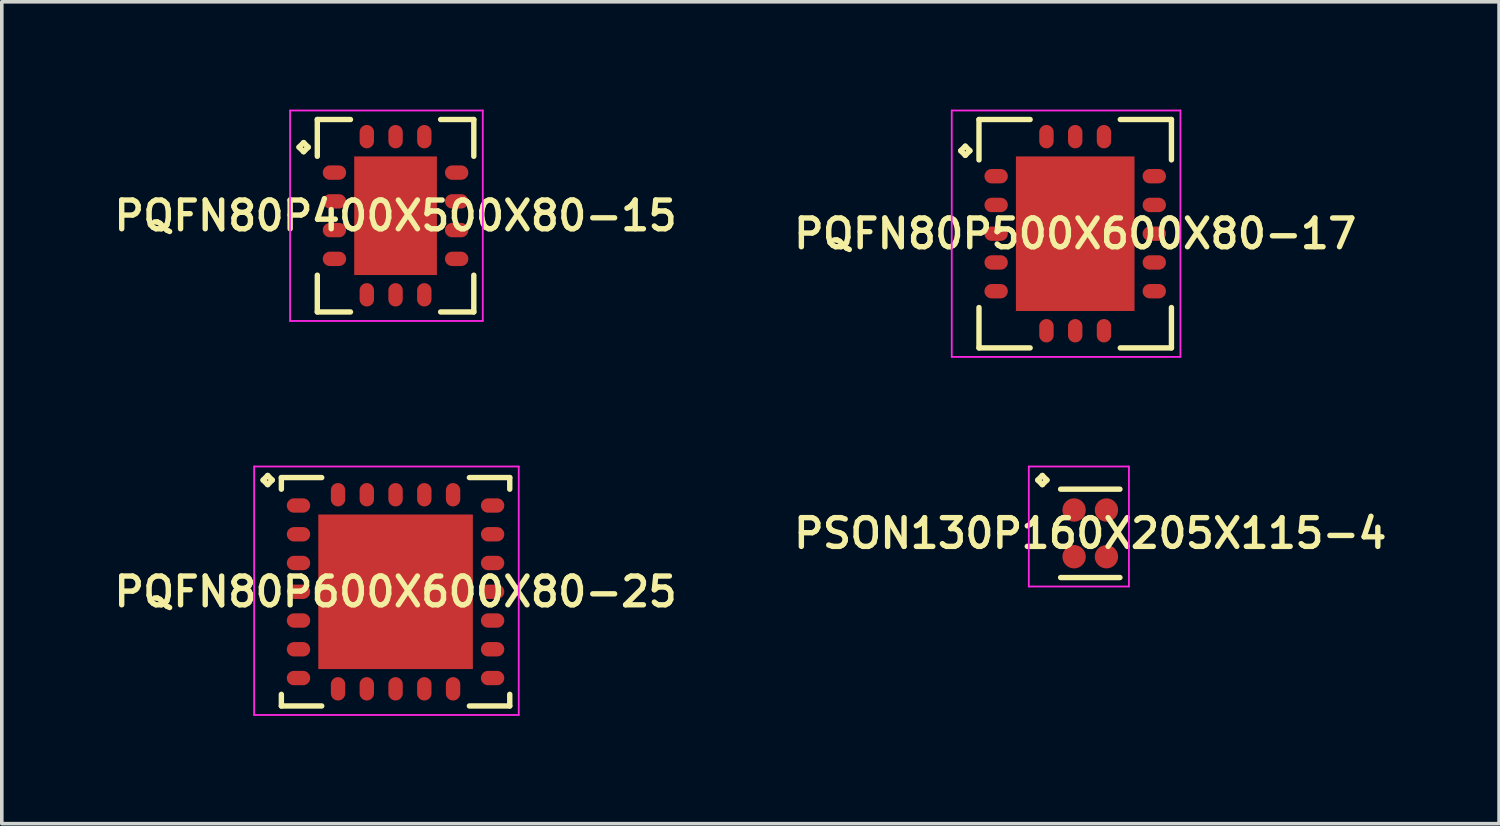
<source format=kicad_pcb>
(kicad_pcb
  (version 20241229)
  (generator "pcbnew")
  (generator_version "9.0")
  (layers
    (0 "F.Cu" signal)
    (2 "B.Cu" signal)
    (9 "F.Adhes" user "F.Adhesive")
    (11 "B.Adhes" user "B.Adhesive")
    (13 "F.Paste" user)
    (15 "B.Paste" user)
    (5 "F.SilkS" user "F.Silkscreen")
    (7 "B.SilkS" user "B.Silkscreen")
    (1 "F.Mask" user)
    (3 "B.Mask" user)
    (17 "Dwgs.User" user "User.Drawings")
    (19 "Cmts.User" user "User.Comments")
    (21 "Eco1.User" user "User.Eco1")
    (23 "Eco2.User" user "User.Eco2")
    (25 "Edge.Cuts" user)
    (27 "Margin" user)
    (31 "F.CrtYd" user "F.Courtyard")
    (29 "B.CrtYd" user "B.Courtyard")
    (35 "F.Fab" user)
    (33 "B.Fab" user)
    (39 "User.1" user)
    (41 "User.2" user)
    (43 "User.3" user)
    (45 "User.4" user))
  (footprint "PQFN80P500X600X80-17"
    (layer "F.Cu")
    (at 26.864 3.452)
    (property "Reference" "PQFN80P500X600X80-17" (at 0 0 0) (layer "F.SilkS") (effects (font (size 0.8 0.8) (thickness 0.15))))
    (attr smd)
    (fp_line (start -3.185 -2.308) (end -3.058 -2.435) (stroke (width 0.15) (type solid)) (layer "F.SilkS"))
    (fp_line (start -3.058 -2.435) (end -2.931 -2.308) (stroke (width 0.15) (type solid)) (layer "F.SilkS"))
    (fp_line (start -3.058 -2.181) (end -3.185 -2.308) (stroke (width 0.15) (type solid)) (layer "F.SilkS"))
    (fp_line (start -2.931 -2.308) (end -3.058 -2.181) (stroke (width 0.15) (type solid)) (layer "F.SilkS"))
    (fp_line (start -2.677 -3.177) (end -1.254 -3.177) (stroke (width 0.15) (type solid)) (layer "F.SilkS"))
    (fp_line (start -2.677 -2.054) (end -2.677 -3.177) (stroke (width 0.15) (type solid)) (layer "F.SilkS"))
    (fp_line (start -2.677 2.054) (end -2.677 3.177) (stroke (width 0.15) (type solid)) (layer "F.SilkS"))
    (fp_line (start -2.677 3.177) (end -1.254 3.177) (stroke (width 0.15) (type solid)) (layer "F.SilkS"))
    (fp_line (start 1.254 -3.177) (end 2.677 -3.177) (stroke (width 0.15) (type solid)) (layer "F.SilkS"))
    (fp_line (start 1.254 3.177) (end 2.677 3.177) (stroke (width 0.15) (type solid)) (layer "F.SilkS"))
    (fp_line (start 2.677 -3.177) (end 2.677 -2.054) (stroke (width 0.15) (type solid)) (layer "F.SilkS"))
    (fp_line (start 2.677 3.177) (end 2.677 2.054) (stroke (width 0.15) (type solid)) (layer "F.SilkS"))
    (fp_line (start -3.435 -3.427) (end 2.927 -3.427) (stroke (width 0.05) (type solid)) (layer "F.CrtYd"))
    (fp_line (start -3.435 3.427) (end -3.435 -3.427) (stroke (width 0.05) (type solid)) (layer "F.CrtYd"))
    (fp_line (start 2.927 -3.427) (end 2.927 3.427) (stroke (width 0.05) (type solid)) (layer "F.CrtYd"))
    (fp_line (start 2.927 3.427) (end -3.435 3.427) (stroke (width 0.05) (type solid)) (layer "F.CrtYd"))
    (pad "1" smd oval (at -2.2 -1.6) (size 0.65 0.4) (layers "F.Cu" "F.Mask" "F.Paste"))
    (pad "2" smd oval (at -2.2 -0.8) (size 0.65 0.4) (layers "F.Cu" "F.Mask" "F.Paste"))
    (pad "3" smd oval (at -2.2 0) (size 0.65 0.4) (layers "F.Cu" "F.Mask" "F.Paste"))
    (pad "4" smd oval (at -2.2 0.8) (size 0.65 0.4) (layers "F.Cu" "F.Mask" "F.Paste"))
    (pad "5" smd oval (at -2.2 1.6) (size 0.65 0.4) (layers "F.Cu" "F.Mask" "F.Paste"))
    (pad "6" smd oval (at -0.8 2.7) (size 0.4 0.65) (layers "F.Cu" "F.Mask" "F.Paste"))
    (pad "7" smd oval (at 0 2.7) (size 0.4 0.65) (layers "F.Cu" "F.Mask" "F.Paste"))
    (pad "8" smd oval (at 0.8 2.7) (size 0.4 0.65) (layers "F.Cu" "F.Mask" "F.Paste"))
    (pad "9" smd oval (at 2.2 1.6) (size 0.65 0.4) (layers "F.Cu" "F.Mask" "F.Paste"))
    (pad "10" smd oval (at 2.2 0.8) (size 0.65 0.4) (layers "F.Cu" "F.Mask" "F.Paste"))
    (pad "11" smd oval (at 2.2 0) (size 0.65 0.4) (layers "F.Cu" "F.Mask" "F.Paste"))
    (pad "12" smd oval (at 2.2 -0.8) (size 0.65 0.4) (layers "F.Cu" "F.Mask" "F.Paste"))
    (pad "13" smd oval (at 2.2 -1.6) (size 0.65 0.4) (layers "F.Cu" "F.Mask" "F.Paste"))
    (pad "14" smd oval (at 0.8 -2.7) (size 0.4 0.65) (layers "F.Cu" "F.Mask" "F.Paste"))
    (pad "15" smd oval (at 0 -2.7) (size 0.4 0.65) (layers "F.Cu" "F.Mask" "F.Paste"))
    (pad "16" smd oval (at -0.8 -2.7) (size 0.4 0.65) (layers "F.Cu" "F.Mask" "F.Paste"))
    (pad "17" smd rect (at 0 0) (size 3.3 4.3) (layers "F.Cu" "F.Mask" "F.Paste")))
  (footprint "PQFN80P400X500X80-15"
    (layer "F.Cu")
    (at 7.955 2.952)
    (property "Reference" "PQFN80P400X500X80-15" (at 0 0 0) (layer "F.SilkS") (effects (font (size 0.8 0.8) (thickness 0.15))))
    (attr smd)
    (fp_line (start -2.685 -1.908) (end -2.558 -2.035) (stroke (width 0.15) (type solid)) (layer "F.SilkS"))
    (fp_line (start -2.558 -2.035) (end -2.431 -1.908) (stroke (width 0.15) (type solid)) (layer "F.SilkS"))
    (fp_line (start -2.558 -1.781) (end -2.685 -1.908) (stroke (width 0.15) (type solid)) (layer "F.SilkS"))
    (fp_line (start -2.431 -1.908) (end -2.558 -1.781) (stroke (width 0.15) (type solid)) (layer "F.SilkS"))
    (fp_line (start -2.177 -2.677) (end -1.254 -2.677) (stroke (width 0.15) (type solid)) (layer "F.SilkS"))
    (fp_line (start -2.177 -1.654) (end -2.177 -2.677) (stroke (width 0.15) (type solid)) (layer "F.SilkS"))
    (fp_line (start -2.177 1.654) (end -2.177 2.677) (stroke (width 0.15) (type solid)) (layer "F.SilkS"))
    (fp_line (start -2.177 2.677) (end -1.254 2.677) (stroke (width 0.15) (type solid)) (layer "F.SilkS"))
    (fp_line (start 1.254 -2.677) (end 2.177 -2.677) (stroke (width 0.15) (type solid)) (layer "F.SilkS"))
    (fp_line (start 1.254 2.677) (end 2.177 2.677) (stroke (width 0.15) (type solid)) (layer "F.SilkS"))
    (fp_line (start 2.177 -2.677) (end 2.177 -1.654) (stroke (width 0.15) (type solid)) (layer "F.SilkS"))
    (fp_line (start 2.177 2.677) (end 2.177 1.654) (stroke (width 0.15) (type solid)) (layer "F.SilkS"))
    (fp_line (start -2.935 -2.927) (end 2.427 -2.927) (stroke (width 0.05) (type solid)) (layer "F.CrtYd"))
    (fp_line (start -2.935 2.927) (end -2.935 -2.927) (stroke (width 0.05) (type solid)) (layer "F.CrtYd"))
    (fp_line (start 2.427 -2.927) (end 2.427 2.927) (stroke (width 0.05) (type solid)) (layer "F.CrtYd"))
    (fp_line (start 2.427 2.927) (end -2.935 2.927) (stroke (width 0.05) (type solid)) (layer "F.CrtYd"))
    (pad "1" smd oval (at -1.7 -1.2) (size 0.65 0.4) (layers "F.Cu" "F.Mask" "F.Paste"))
    (pad "2" smd oval (at -1.7 -0.4) (size 0.65 0.4) (layers "F.Cu" "F.Mask" "F.Paste"))
    (pad "3" smd oval (at -1.7 0.4) (size 0.65 0.4) (layers "F.Cu" "F.Mask" "F.Paste"))
    (pad "4" smd oval (at -1.7 1.2) (size 0.65 0.4) (layers "F.Cu" "F.Mask" "F.Paste"))
    (pad "5" smd oval (at -0.8 2.2) (size 0.4 0.65) (layers "F.Cu" "F.Mask" "F.Paste"))
    (pad "6" smd oval (at 0 2.2) (size 0.4 0.65) (layers "F.Cu" "F.Mask" "F.Paste"))
    (pad "7" smd oval (at 0.8 2.2) (size 0.4 0.65) (layers "F.Cu" "F.Mask" "F.Paste"))
    (pad "8" smd oval (at 1.7 1.2) (size 0.65 0.4) (layers "F.Cu" "F.Mask" "F.Paste"))
    (pad "9" smd oval (at 1.7 0.4) (size 0.65 0.4) (layers "F.Cu" "F.Mask" "F.Paste"))
    (pad "10" smd oval (at 1.7 -0.4) (size 0.65 0.4) (layers "F.Cu" "F.Mask" "F.Paste"))
    (pad "11" smd oval (at 1.7 -1.2) (size 0.65 0.4) (layers "F.Cu" "F.Mask" "F.Paste"))
    (pad "12" smd oval (at 0.8 -2.2) (size 0.4 0.65) (layers "F.Cu" "F.Mask" "F.Paste"))
    (pad "13" smd oval (at 0 -2.2) (size 0.4 0.65) (layers "F.Cu" "F.Mask" "F.Paste"))
    (pad "14" smd oval (at -0.8 -2.2) (size 0.4 0.65) (layers "F.Cu" "F.Mask" "F.Paste"))
    (pad "15" smd rect (at 0 0) (size 2.3 3.3) (layers "F.Cu" "F.Mask" "F.Paste")))
  (footprint "PQFN80P600X600X80-25"
    (layer "F.Cu")
    (at 7.955 13.414)
    (property "Reference" "PQFN80P600X600X80-25" (at 0 0 0) (layer "F.SilkS") (effects (font (size 0.8 0.8) (thickness 0.15))))
    (attr smd)
    (fp_line (start -3.685 -3.108) (end -3.558 -3.235) (stroke (width 0.15) (type solid)) (layer "F.SilkS"))
    (fp_line (start -3.558 -3.235) (end -3.431 -3.108) (stroke (width 0.15) (type solid)) (layer "F.SilkS"))
    (fp_line (start -3.558 -2.981) (end -3.685 -3.108) (stroke (width 0.15) (type solid)) (layer "F.SilkS"))
    (fp_line (start -3.431 -3.108) (end -3.558 -2.981) (stroke (width 0.15) (type solid)) (layer "F.SilkS"))
    (fp_line (start -3.177 -3.177) (end -2.054 -3.177) (stroke (width 0.15) (type solid)) (layer "F.SilkS"))
    (fp_line (start -3.177 -2.854) (end -3.177 -3.177) (stroke (width 0.15) (type solid)) (layer "F.SilkS"))
    (fp_line (start -3.177 2.854) (end -3.177 3.177) (stroke (width 0.15) (type solid)) (layer "F.SilkS"))
    (fp_line (start -3.177 3.177) (end -2.054 3.177) (stroke (width 0.15) (type solid)) (layer "F.SilkS"))
    (fp_line (start 2.054 -3.177) (end 3.177 -3.177) (stroke (width 0.15) (type solid)) (layer "F.SilkS"))
    (fp_line (start 2.054 3.177) (end 3.177 3.177) (stroke (width 0.15) (type solid)) (layer "F.SilkS"))
    (fp_line (start 3.177 -3.177) (end 3.177 -2.854) (stroke (width 0.15) (type solid)) (layer "F.SilkS"))
    (fp_line (start 3.177 3.177) (end 3.177 2.854) (stroke (width 0.15) (type solid)) (layer "F.SilkS"))
    (fp_line (start -3.935 -3.485) (end 3.427 -3.485) (stroke (width 0.05) (type solid)) (layer "F.CrtYd"))
    (fp_line (start -3.935 3.427) (end -3.935 -3.485) (stroke (width 0.05) (type solid)) (layer "F.CrtYd"))
    (fp_line (start 3.427 -3.485) (end 3.427 3.427) (stroke (width 0.05) (type solid)) (layer "F.CrtYd"))
    (fp_line (start 3.427 3.427) (end -3.935 3.427) (stroke (width 0.05) (type solid)) (layer "F.CrtYd"))
    (pad "1" smd oval (at -2.7 -2.4) (size 0.65 0.4) (layers "F.Cu" "F.Mask" "F.Paste"))
    (pad "2" smd oval (at -2.7 -1.6) (size 0.65 0.4) (layers "F.Cu" "F.Mask" "F.Paste"))
    (pad "3" smd oval (at -2.7 -0.8) (size 0.65 0.4) (layers "F.Cu" "F.Mask" "F.Paste"))
    (pad "4" smd oval (at -2.7 0) (size 0.65 0.4) (layers "F.Cu" "F.Mask" "F.Paste"))
    (pad "5" smd oval (at -2.7 0.8) (size 0.65 0.4) (layers "F.Cu" "F.Mask" "F.Paste"))
    (pad "6" smd oval (at -2.7 1.6) (size 0.65 0.4) (layers "F.Cu" "F.Mask" "F.Paste"))
    (pad "7" smd oval (at -2.7 2.4) (size 0.65 0.4) (layers "F.Cu" "F.Mask" "F.Paste"))
    (pad "8" smd oval (at -1.6 2.7) (size 0.4 0.65) (layers "F.Cu" "F.Mask" "F.Paste"))
    (pad "9" smd oval (at -0.8 2.7) (size 0.4 0.65) (layers "F.Cu" "F.Mask" "F.Paste"))
    (pad "10" smd oval (at 0 2.7) (size 0.4 0.65) (layers "F.Cu" "F.Mask" "F.Paste"))
    (pad "11" smd oval (at 0.8 2.7) (size 0.4 0.65) (layers "F.Cu" "F.Mask" "F.Paste"))
    (pad "12" smd oval (at 1.6 2.7) (size 0.4 0.65) (layers "F.Cu" "F.Mask" "F.Paste"))
    (pad "13" smd oval (at 2.7 2.4) (size 0.65 0.4) (layers "F.Cu" "F.Mask" "F.Paste"))
    (pad "14" smd oval (at 2.7 1.6) (size 0.65 0.4) (layers "F.Cu" "F.Mask" "F.Paste"))
    (pad "15" smd oval (at 2.7 0.8) (size 0.65 0.4) (layers "F.Cu" "F.Mask" "F.Paste"))
    (pad "16" smd oval (at 2.7 0) (size 0.65 0.4) (layers "F.Cu" "F.Mask" "F.Paste"))
    (pad "17" smd oval (at 2.7 -0.8) (size 0.65 0.4) (layers "F.Cu" "F.Mask" "F.Paste"))
    (pad "18" smd oval (at 2.7 -1.6) (size 0.65 0.4) (layers "F.Cu" "F.Mask" "F.Paste"))
    (pad "19" smd oval (at 2.7 -2.4) (size 0.65 0.4) (layers "F.Cu" "F.Mask" "F.Paste"))
    (pad "20" smd oval (at 1.6 -2.7) (size 0.4 0.65) (layers "F.Cu" "F.Mask" "F.Paste"))
    (pad "21" smd oval (at 0.8 -2.7) (size 0.4 0.65) (layers "F.Cu" "F.Mask" "F.Paste"))
    (pad "22" smd oval (at 0 -2.7) (size 0.4 0.65) (layers "F.Cu" "F.Mask" "F.Paste"))
    (pad "23" smd oval (at -0.8 -2.7) (size 0.4 0.65) (layers "F.Cu" "F.Mask" "F.Paste"))
    (pad "24" smd oval (at -1.6 -2.7) (size 0.4 0.65) (layers "F.Cu" "F.Mask" "F.Paste"))
    (pad "25" smd rect (at 0 0) (size 4.3 4.3) (layers "F.Cu" "F.Mask" "F.Paste")))
  (footprint "PSON130P160X205X115-4"
    (layer "F.Cu")
    (at 27.283 11.789)
    (property "Reference" "PSON130P160X205X115-4" (at 0 0 0) (layer "F.SilkS") (effects (font (size 0.8 0.8) (thickness 0.15))))
    (attr smd)
    (fp_line (start -1.46 -1.483) (end -1.333 -1.61) (stroke (width 0.15) (type solid)) (layer "F.SilkS"))
    (fp_line (start -1.333 -1.61) (end -1.206 -1.483) (stroke (width 0.15) (type solid)) (layer "F.SilkS"))
    (fp_line (start -1.333 -1.356) (end -1.46 -1.483) (stroke (width 0.15) (type solid)) (layer "F.SilkS"))
    (fp_line (start -1.206 -1.483) (end -1.333 -1.356) (stroke (width 0.15) (type solid)) (layer "F.SilkS"))
    (fp_line (start -0.825 -1.229) (end 0.825 -1.229) (stroke (width 0.15) (type solid)) (layer "F.SilkS"))
    (fp_line (start -0.825 1.229) (end 0.825 1.229) (stroke (width 0.15) (type solid)) (layer "F.SilkS"))
    (fp_line (start -1.71 -1.86) (end 1.075 -1.86) (stroke (width 0.05) (type solid)) (layer "F.CrtYd"))
    (fp_line (start -1.71 1.479) (end -1.71 -1.86) (stroke (width 0.05) (type solid)) (layer "F.CrtYd"))
    (fp_line (start 1.075 -1.86) (end 1.075 1.479) (stroke (width 0.05) (type solid)) (layer "F.CrtYd"))
    (fp_line (start 1.075 1.479) (end -1.71 1.479) (stroke (width 0.05) (type solid)) (layer "F.CrtYd"))
    (pad "1" smd oval (at -0.45 -0.65) (size 0.65 0.65) (layers "F.Cu" "F.Mask" "F.Paste"))
    (pad "2" smd oval (at -0.45 0.65) (size 0.65 0.65) (layers "F.Cu" "F.Mask" "F.Paste"))
    (pad "3" smd oval (at 0.45 0.65) (size 0.65 0.65) (layers "F.Cu" "F.Mask" "F.Paste"))
    (pad "4" smd oval (at 0.45 -0.65) (size 0.65 0.65) (layers "F.Cu" "F.Mask" "F.Paste")))
  (gr_rect
    (start -3 -3)
    (end 38.656 19.866)
    (stroke (width 0.1) (type default))
    (fill no)
    (layer "Edge.Cuts")))
</source>
